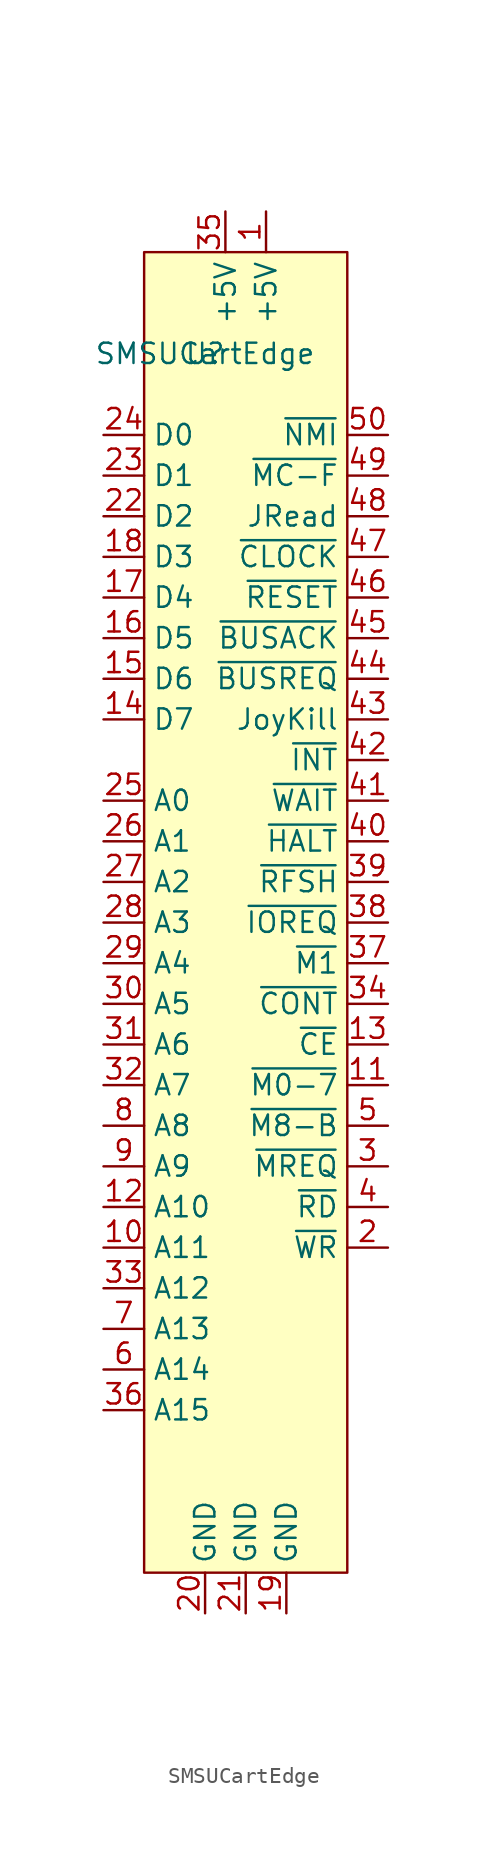
<source format=kicad_sym>
(kicad_symbol_lib
  (version 20211014)
  (generator kicad_symbol_editor)
  (symbol "SMSUCartEdge"
    (property "Reference" "U"
      (at 0 0 0)
      (effects (font (size 1.27 1.27))))
    (property "Value" "SMSUCartEdge"
      (at 0 0 0)
      (effects (font (size 1.27 1.27))))
    (symbol "SMSUCartEdge_0_1"
      (rectangle (start -3.81 6.35) (end 8.89 -76.2) (stroke (width 0) (type default) (color 0 0 0 0)) (fill (type background))))
    (symbol "SMSUCartEdge_1_1"
      (pin power_in line (at 3.81 8.89 270) (length 2.54) (name "+5V" (effects (font (size 1.27 1.27)))) (number "1" (effects (font (size 1.27 1.27)))))
      (pin output line (at -6.35 -55.88 0) (length 2.54) (name "A11" (effects (font (size 1.27 1.27)))) (number "10" (effects (font (size 1.27 1.27)))))
      (pin output line (at 11.43 -45.72 180) (length 2.54) (name "~{M0-7}" (effects (font (size 1.27 1.27)))) (number "11" (effects (font (size 1.27 1.27)))))
      (pin output line (at -6.35 -53.34 0) (length 2.54) (name "A10" (effects (font (size 1.27 1.27)))) (number "12" (effects (font (size 1.27 1.27)))))
      (pin output line (at 11.43 -43.18 180) (length 2.54) (name "~{CE}" (effects (font (size 1.27 1.27)))) (number "13" (effects (font (size 1.27 1.27)))))
      (pin bidirectional line (at -6.35 -22.86 0) (length 2.54) (name "D7" (effects (font (size 1.27 1.27)))) (number "14" (effects (font (size 1.27 1.27)))))
      (pin bidirectional line (at -6.35 -20.32 0) (length 2.54) (name "D6" (effects (font (size 1.27 1.27)))) (number "15" (effects (font (size 1.27 1.27)))))
      (pin bidirectional line (at -6.35 -17.78 0) (length 2.54) (name "D5" (effects (font (size 1.27 1.27)))) (number "16" (effects (font (size 1.27 1.27)))))
      (pin bidirectional line (at -6.35 -15.24 0) (length 2.54) (name "D4" (effects (font (size 1.27 1.27)))) (number "17" (effects (font (size 1.27 1.27)))))
      (pin bidirectional line (at -6.35 -12.7 0) (length 2.54) (name "D3" (effects (font (size 1.27 1.27)))) (number "18" (effects (font (size 1.27 1.27)))))
      (pin power_in line (at 5.08 -78.74 90) (length 2.54) (name "GND" (effects (font (size 1.27 1.27)))) (number "19" (effects (font (size 1.27 1.27)))))
      (pin output line (at 11.43 -55.88 180) (length 2.54) (name "~{WR}" (effects (font (size 1.27 1.27)))) (number "2" (effects (font (size 1.27 1.27)))))
      (pin power_in line (at 0 -78.74 90) (length 2.54) (name "GND" (effects (font (size 1.27 1.27)))) (number "20" (effects (font (size 1.27 1.27)))))
      (pin power_in line (at 2.54 -78.74 90) (length 2.54) (name "GND" (effects (font (size 1.27 1.27)))) (number "21" (effects (font (size 1.27 1.27)))))
      (pin bidirectional line (at -6.35 -10.16 0) (length 2.54) (name "D2" (effects (font (size 1.27 1.27)))) (number "22" (effects (font (size 1.27 1.27)))))
      (pin bidirectional line (at -6.35 -7.62 0) (length 2.54) (name "D1" (effects (font (size 1.27 1.27)))) (number "23" (effects (font (size 1.27 1.27)))))
      (pin bidirectional line (at -6.35 -5.08 0) (length 2.54) (name "D0" (effects (font (size 1.27 1.27)))) (number "24" (effects (font (size 1.27 1.27)))))
      (pin output line (at -6.35 -27.94 0) (length 2.54) (name "A0" (effects (font (size 1.27 1.27)))) (number "25" (effects (font (size 1.27 1.27)))))
      (pin output line (at -6.35 -30.48 0) (length 2.54) (name "A1" (effects (font (size 1.27 1.27)))) (number "26" (effects (font (size 1.27 1.27)))))
      (pin output line (at -6.35 -33.02 0) (length 2.54) (name "A2" (effects (font (size 1.27 1.27)))) (number "27" (effects (font (size 1.27 1.27)))))
      (pin output line (at -6.35 -35.56 0) (length 2.54) (name "A3" (effects (font (size 1.27 1.27)))) (number "28" (effects (font (size 1.27 1.27)))))
      (pin output line (at -6.35 -38.1 0) (length 2.54) (name "A4" (effects (font (size 1.27 1.27)))) (number "29" (effects (font (size 1.27 1.27)))))
      (pin output line (at 11.43 -50.8 180) (length 2.54) (name "~{MREQ}" (effects (font (size 1.27 1.27)))) (number "3" (effects (font (size 1.27 1.27)))))
      (pin output line (at -6.35 -40.64 0) (length 2.54) (name "A5" (effects (font (size 1.27 1.27)))) (number "30" (effects (font (size 1.27 1.27)))))
      (pin output line (at -6.35 -43.18 0) (length 2.54) (name "A6" (effects (font (size 1.27 1.27)))) (number "31" (effects (font (size 1.27 1.27)))))
      (pin output line (at -6.35 -45.72 0) (length 2.54) (name "A7" (effects (font (size 1.27 1.27)))) (number "32" (effects (font (size 1.27 1.27)))))
      (pin output line (at -6.35 -58.42 0) (length 2.54) (name "A12" (effects (font (size 1.27 1.27)))) (number "33" (effects (font (size 1.27 1.27)))))
      (pin output line (at 11.43 -40.64 180) (length 2.54) (name "~{CONT}" (effects (font (size 1.27 1.27)))) (number "34" (effects (font (size 1.27 1.27)))))
      (pin power_in line (at 1.27 8.89 270) (length 2.54) (name "+5V" (effects (font (size 1.27 1.27)))) (number "35" (effects (font (size 1.27 1.27)))))
      (pin output line (at -6.35 -66.04 0) (length 2.54) (name "A15" (effects (font (size 1.27 1.27)))) (number "36" (effects (font (size 1.27 1.27)))))
      (pin output line (at 11.43 -38.1 180) (length 2.54) (name "~{M1}" (effects (font (size 1.27 1.27)))) (number "37" (effects (font (size 1.27 1.27)))))
      (pin output line (at 11.43 -35.56 180) (length 2.54) (name "~{IOREQ}" (effects (font (size 1.27 1.27)))) (number "38" (effects (font (size 1.27 1.27)))))
      (pin output line (at 11.43 -33.02 180) (length 2.54) (name "~{RFSH}" (effects (font (size 1.27 1.27)))) (number "39" (effects (font (size 1.27 1.27)))))
      (pin output line (at 11.43 -53.34 180) (length 2.54) (name "~{RD}" (effects (font (size 1.27 1.27)))) (number "4" (effects (font (size 1.27 1.27)))))
      (pin output line (at 11.43 -30.48 180) (length 2.54) (name "~{HALT}" (effects (font (size 1.27 1.27)))) (number "40" (effects (font (size 1.27 1.27)))))
      (pin input line (at 11.43 -27.94 180) (length 2.54) (name "~{WAIT}" (effects (font (size 1.27 1.27)))) (number "41" (effects (font (size 1.27 1.27)))))
      (pin input line (at 11.43 -25.4 180) (length 2.54) (name "~{INT}" (effects (font (size 1.27 1.27)))) (number "42" (effects (font (size 1.27 1.27)))))
      (pin input line (at 11.43 -22.86 180) (length 2.54) (name "JoyKill" (effects (font (size 1.27 1.27)))) (number "43" (effects (font (size 1.27 1.27)))))
      (pin input line (at 11.43 -20.32 180) (length 2.54) (name "~{BUSREQ}" (effects (font (size 1.27 1.27)))) (number "44" (effects (font (size 1.27 1.27)))))
      (pin output line (at 11.43 -17.78 180) (length 2.54) (name "~{BUSACK}" (effects (font (size 1.27 1.27)))) (number "45" (effects (font (size 1.27 1.27)))))
      (pin output line (at 11.43 -15.24 180) (length 2.54) (name "~{RESET}" (effects (font (size 1.27 1.27)))) (number "46" (effects (font (size 1.27 1.27)))))
      (pin output line (at 11.43 -12.7 180) (length 2.54) (name "~{CLOCK}" (effects (font (size 1.27 1.27)))) (number "47" (effects (font (size 1.27 1.27)))))
      (pin output line (at 11.43 -10.16 180) (length 2.54) (name "JRead" (effects (font (size 1.27 1.27)))) (number "48" (effects (font (size 1.27 1.27)))))
      (pin output line (at 11.43 -7.62 180) (length 2.54) (name "~{MC-F}" (effects (font (size 1.27 1.27)))) (number "49" (effects (font (size 1.27 1.27)))))
      (pin output line (at 11.43 -48.26 180) (length 2.54) (name "~{M8-B}" (effects (font (size 1.27 1.27)))) (number "5" (effects (font (size 1.27 1.27)))))
      (pin input line (at 11.43 -5.08 180) (length 2.54) (name "~{NMI}" (effects (font (size 1.27 1.27)))) (number "50" (effects (font (size 1.27 1.27)))))
      (pin output line (at -6.35 -63.5 0) (length 2.54) (name "A14" (effects (font (size 1.27 1.27)))) (number "6" (effects (font (size 1.27 1.27)))))
      (pin output line (at -6.35 -60.96 0) (length 2.54) (name "A13" (effects (font (size 1.27 1.27)))) (number "7" (effects (font (size 1.27 1.27)))))
      (pin output line (at -6.35 -48.26 0) (length 2.54) (name "A8" (effects (font (size 1.27 1.27)))) (number "8" (effects (font (size 1.27 1.27)))))
      (pin output line (at -6.35 -50.8 0) (length 2.54) (name "A9" (effects (font (size 1.27 1.27)))) (number "9" (effects (font (size 1.27 1.27))))))))
</source>
